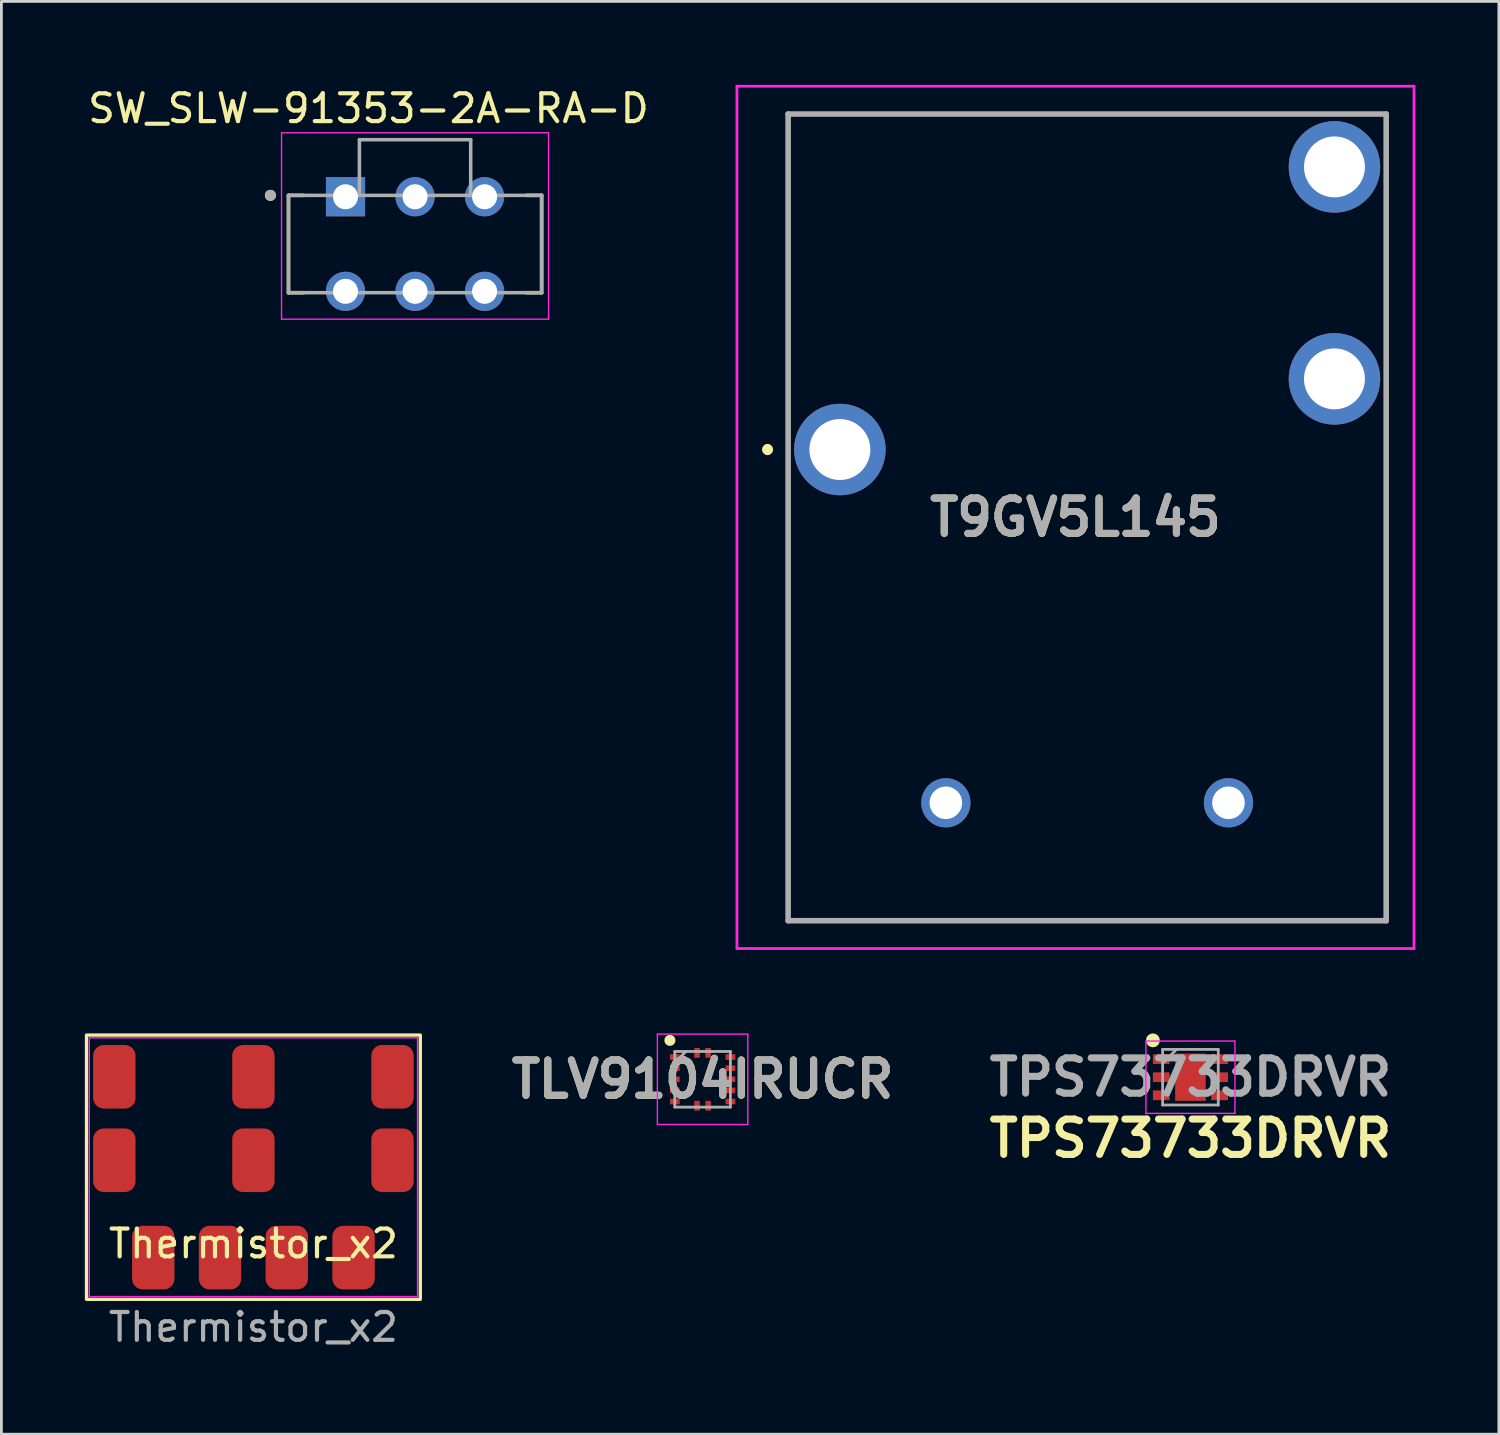
<source format=kicad_pcb>
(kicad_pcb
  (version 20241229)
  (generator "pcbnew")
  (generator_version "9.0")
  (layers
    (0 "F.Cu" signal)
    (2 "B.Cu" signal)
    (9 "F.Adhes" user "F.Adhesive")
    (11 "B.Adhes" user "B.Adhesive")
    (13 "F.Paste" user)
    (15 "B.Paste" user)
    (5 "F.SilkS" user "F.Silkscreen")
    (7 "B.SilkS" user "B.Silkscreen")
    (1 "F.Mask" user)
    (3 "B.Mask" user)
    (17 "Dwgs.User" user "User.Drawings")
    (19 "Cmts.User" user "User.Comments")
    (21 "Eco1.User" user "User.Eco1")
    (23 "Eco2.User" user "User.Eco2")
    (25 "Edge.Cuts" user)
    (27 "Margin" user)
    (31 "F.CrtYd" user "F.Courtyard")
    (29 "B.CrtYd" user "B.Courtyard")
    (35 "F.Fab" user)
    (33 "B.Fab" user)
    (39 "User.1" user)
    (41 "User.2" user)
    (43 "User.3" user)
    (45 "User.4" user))
  (footprint "TLV9104IRUCR"
    (layer "F.Cu")
    (at 22.208 35.75)
    (property "Reference" "TLV9104IRUCR" (at 0 0 0) (layer "F.SilkS") (effects (font (size 1.27 1.27) (thickness 0.254))))
    (attr smd)
    (fp_circle (center -1.175 -1.4) (end -1.175 -1.3) (stroke (width 0.2) (type solid)) (fill no) (layer "F.SilkS"))
    (fp_line (start -1.625 -1.625) (end 1.625 -1.625) (stroke (width 0.05) (type solid)) (layer "F.CrtYd"))
    (fp_line (start -1.625 1.625) (end -1.625 -1.625) (stroke (width 0.05) (type solid)) (layer "F.CrtYd"))
    (fp_line (start 1.625 -1.625) (end 1.625 1.625) (stroke (width 0.05) (type solid)) (layer "F.CrtYd"))
    (fp_line (start 1.625 1.625) (end -1.625 1.625) (stroke (width 0.05) (type solid)) (layer "F.CrtYd"))
    (fp_line (start -1 -1) (end 1 -1) (stroke (width 0.1) (type solid)) (layer "F.Fab"))
    (fp_line (start -1 -0.6) (end -0.6 -1) (stroke (width 0.1) (type solid)) (layer "F.Fab"))
    (fp_line (start -1 1) (end -1 -1) (stroke (width 0.1) (type solid)) (layer "F.Fab"))
    (fp_line (start 1 -1) (end 1 1) (stroke (width 0.1) (type solid)) (layer "F.Fab"))
    (fp_line (start 1 1) (end -1 1) (stroke (width 0.1) (type solid)) (layer "F.Fab"))
    (fp_text user "${REFERENCE}" (at 0 0 0) (layer "F.Fab") (effects (font (size 1.27 1.27) (thickness 0.254))))
    (pad "1" smd rect (at -1 -0.8 90) (size 0.2 0.35) (layers "F.Cu" "F.Mask" "F.Paste"))
    (pad "2" smd rect (at -1 -0.4 90) (size 0.2 0.35) (layers "F.Cu" "F.Mask" "F.Paste"))
    (pad "3" smd rect (at -1 0 90) (size 0.2 0.35) (layers "F.Cu" "F.Mask" "F.Paste"))
    (pad "4" smd rect (at -1 0.4 90) (size 0.2 0.35) (layers "F.Cu" "F.Mask" "F.Paste"))
    (pad "5" smd rect (at -1 0.8 90) (size 0.2 0.35) (layers "F.Cu" "F.Mask" "F.Paste"))
    (pad "6" smd rect (at -0.2 0.95) (size 0.2 0.35) (layers "F.Cu" "F.Mask" "F.Paste"))
    (pad "7" smd rect (at 0.2 0.95) (size 0.2 0.35) (layers "F.Cu" "F.Mask" "F.Paste"))
    (pad "8" smd rect (at 1 0.8 90) (size 0.2 0.35) (layers "F.Cu" "F.Mask" "F.Paste"))
    (pad "9" smd rect (at 1 0.4 90) (size 0.2 0.35) (layers "F.Cu" "F.Mask" "F.Paste"))
    (pad "10" smd rect (at 1 0 90) (size 0.2 0.35) (layers "F.Cu" "F.Mask" "F.Paste"))
    (pad "11" smd rect (at 1 -0.4 90) (size 0.2 0.35) (layers "F.Cu" "F.Mask" "F.Paste"))
    (pad "12" smd rect (at 1 -0.8 90) (size 0.2 0.35) (layers "F.Cu" "F.Mask" "F.Paste"))
    (pad "13" smd rect (at 0.2 -0.95) (size 0.2 0.35) (layers "F.Cu" "F.Mask" "F.Paste"))
    (pad "14" smd rect (at -0.2 -0.95) (size 0.2 0.35) (layers "F.Cu" "F.Mask" "F.Paste")))
  (footprint "TPS73733DRVR"
    (layer "F.Cu")
    (at 39.746 35.675)
    (property "Reference" "TPS73733DRVR" (at 0 2.2 0) (layer "F.SilkS") (effects (font (size 1.27 1.27) (thickness 0.254))))
    (attr smd)
    (fp_circle (center -1.35 -1.325) (end -1.35 -1.2) (stroke (width 0.25) (type solid)) (fill no) (layer "F.SilkS"))
    (fp_line (start -1.6 -1.3) (end 1.6 -1.3) (stroke (width 0.05) (type solid)) (layer "F.CrtYd"))
    (fp_line (start -1.6 1.3) (end -1.6 -1.3) (stroke (width 0.05) (type solid)) (layer "F.CrtYd"))
    (fp_line (start 1.6 -1.3) (end 1.6 1.3) (stroke (width 0.05) (type solid)) (layer "F.CrtYd"))
    (fp_line (start 1.6 1.3) (end -1.6 1.3) (stroke (width 0.05) (type solid)) (layer "F.CrtYd"))
    (fp_line (start -1 -1) (end 1 -1) (stroke (width 0.1) (type solid)) (layer "F.Fab"))
    (fp_line (start -1 -0.5) (end -0.5 -1) (stroke (width 0.1) (type solid)) (layer "F.Fab"))
    (fp_line (start -1 1) (end -1 -1) (stroke (width 0.1) (type solid)) (layer "F.Fab"))
    (fp_line (start 1 -1) (end 1 1) (stroke (width 0.1) (type solid)) (layer "F.Fab"))
    (fp_line (start 1 1) (end -1 1) (stroke (width 0.1) (type solid)) (layer "F.Fab"))
    (fp_text user "${REFERENCE}" (at 0 0 0) (layer "F.Fab") (effects (font (size 1.27 1.27) (thickness 0.254))))
    (pad "1" smd rect (at -1.05 -0.65 90) (size 0.35 0.6) (layers "F.Cu" "F.Mask" "F.Paste"))
    (pad "2" smd rect (at -1.05 0 90) (size 0.35 0.6) (layers "F.Cu" "F.Mask" "F.Paste"))
    (pad "3" smd rect (at -1.05 0.65 90) (size 0.35 0.6) (layers "F.Cu" "F.Mask" "F.Paste"))
    (pad "4" smd rect (at 1.05 0.65 90) (size 0.35 0.6) (layers "F.Cu" "F.Mask" "F.Paste"))
    (pad "5" smd rect (at 1.05 0 90) (size 0.35 0.6) (layers "F.Cu" "F.Mask" "F.Paste"))
    (pad "6" smd rect (at 1.05 -0.65 90) (size 0.35 0.6) (layers "F.Cu" "F.Mask" "F.Paste"))
    (pad "7" smd rect (at 0 0) (size 1.1 1.7) (layers "F.Cu" "F.Mask" "F.Paste")))
  (footprint "SW_SLW-91353-2A-RA-D"
    (layer "F.Cu")
    (at 11.871 5.723)
    (property "Reference" "SW_SLW-91353-2A-RA-D" (at -1.675 -4.875 0) (layer "F.SilkS") (effects (font (size 1 1) (thickness 0.15))))
    (attr through_hole)
    (fp_line (start -4.55 -1.75) (end -4.55 1.75) (stroke (width 0.127) (type solid)) (layer "F.SilkS"))
    (fp_line (start -4.55 1.75) (end -4 1.75) (stroke (width 0.127) (type solid)) (layer "F.SilkS"))
    (fp_line (start -4 -1.75) (end -4.55 -1.75) (stroke (width 0.127) (type solid)) (layer "F.SilkS"))
    (fp_line (start 4 -1.75) (end 4.55 -1.75) (stroke (width 0.127) (type solid)) (layer "F.SilkS"))
    (fp_line (start 4.55 -1.75) (end 4.55 1.75) (stroke (width 0.127) (type solid)) (layer "F.SilkS"))
    (fp_line (start 4.55 1.75) (end 4 1.75) (stroke (width 0.127) (type solid)) (layer "F.SilkS"))
    (fp_circle (center -5.2 -1.75) (end -5.1 -1.75) (stroke (width 0.2) (type solid)) (fill no) (layer "F.SilkS"))
    (fp_line (start -4.8 -4) (end -4.8 2.7) (stroke (width 0.05) (type solid)) (layer "F.CrtYd"))
    (fp_line (start -4.8 2.7) (end 4.8 2.7) (stroke (width 0.05) (type solid)) (layer "F.CrtYd"))
    (fp_line (start 4.8 -4) (end -4.8 -4) (stroke (width 0.05) (type solid)) (layer "F.CrtYd"))
    (fp_line (start 4.8 2.7) (end 4.8 -4) (stroke (width 0.05) (type solid)) (layer "F.CrtYd"))
    (fp_line (start -4.55 -1.75) (end -4.55 1.75) (stroke (width 0.127) (type solid)) (layer "F.Fab"))
    (fp_line (start -4.55 1.75) (end 4.55 1.75) (stroke (width 0.127) (type solid)) (layer "F.Fab"))
    (fp_line (start -2 -3.75) (end -2 -1.75) (stroke (width 0.127) (type solid)) (layer "F.Fab"))
    (fp_line (start -2 -1.75) (end -4.55 -1.75) (stroke (width 0.127) (type solid)) (layer "F.Fab"))
    (fp_line (start 2 -3.75) (end -2 -3.75) (stroke (width 0.127) (type solid)) (layer "F.Fab"))
    (fp_line (start 2 -1.75) (end -2 -1.75) (stroke (width 0.127) (type solid)) (layer "F.Fab"))
    (fp_line (start 2 -1.75) (end 2 -3.75) (stroke (width 0.127) (type solid)) (layer "F.Fab"))
    (fp_line (start 4.55 -1.75) (end 2 -1.75) (stroke (width 0.127) (type solid)) (layer "F.Fab"))
    (fp_line (start 4.55 1.75) (end 4.55 -1.75) (stroke (width 0.127) (type solid)) (layer "F.Fab"))
    (fp_circle (center -5.2 -1.75) (end -5.1 -1.75) (stroke (width 0.2) (type solid)) (fill no) (layer "F.Fab"))
    (pad "1" thru_hole rect (at -2.5 -1.7) (size 1.408 1.408) (drill 0.9) (layers "*.Cu" "*.Mask"))
    (pad "2" thru_hole circle (at 0 -1.7) (size 1.408 1.408) (drill 0.9) (layers "*.Cu" "*.Mask"))
    (pad "3" thru_hole circle (at 2.5 -1.7) (size 1.408 1.408) (drill 0.9) (layers "*.Cu" "*.Mask"))
    (pad "4" thru_hole circle (at -2.5 1.7) (size 1.408 1.408) (drill 0.9) (layers "*.Cu" "*.Mask"))
    (pad "5" thru_hole circle (at 0 1.7) (size 1.408 1.408) (drill 0.9) (layers "*.Cu" "*.Mask"))
    (pad "6" thru_hole circle (at 2.5 1.7) (size 1.408 1.408) (drill 0.9) (layers "*.Cu" "*.Mask")))
  (footprint "Thermistor_x2"
    (layer "F.Cu")
    (at 6.06 42.16)
    (property "Reference" "Thermistor_x2" (at 0 -0.5 0) (unlocked yes) (layer "F.SilkS") (effects (font (size 1 1) (thickness 0.15))))
    (attr smd)
    (fp_rect (start -6 -8) (end 6 1.5) (stroke (width 0.12) (type default)) (fill no) (layer "F.SilkS"))
    (fp_rect (start -6 -8) (end 6 1.5) (stroke (width 0.12) (type default)) (fill no) (layer "Margin"))
    (fp_rect (start -5.9 -7.9) (end 5.9 1.4) (stroke (width 0.05) (type default)) (fill no) (layer "F.CrtYd"))
    (fp_text user "${REFERENCE}" (at 0 2.5 0) (unlocked yes) (layer "F.Fab") (effects (font (size 1 1) (thickness 0.15))))
    (pad "" smd roundrect (at -5 -6.5 90) (size 2.286 1.524) (layers "F.Cu" "F.Mask" "F.Paste") (roundrect_rratio 0.25))
    (pad "" smd roundrect (at -5 -3.5 90) (size 2.286 1.524) (layers "F.Cu" "F.Mask" "F.Paste") (roundrect_rratio 0.25))
    (pad "" smd roundrect (at 0 -6.5 90) (size 2.286 1.524) (layers "F.Cu" "F.Mask" "F.Paste") (roundrect_rratio 0.25))
    (pad "" smd roundrect (at 0 -3.5 90) (size 2.286 1.524) (layers "F.Cu" "F.Mask" "F.Paste") (roundrect_rratio 0.25))
    (pad "" smd roundrect (at 5 -6.5 90) (size 2.286 1.524) (layers "F.Cu" "F.Mask" "F.Paste") (roundrect_rratio 0.25))
    (pad "" smd roundrect (at 5 -3.5 90) (size 2.286 1.524) (layers "F.Cu" "F.Mask" "F.Paste") (roundrect_rratio 0.25))
    (pad "1" smd roundrect (at -3.6 0 90) (size 2.286 1.524) (layers "F.Cu" "F.Mask" "F.Paste") (roundrect_rratio 0.25))
    (pad "2" smd roundrect (at -1.2 0 90) (size 2.286 1.524) (layers "F.Cu" "F.Mask" "F.Paste") (roundrect_rratio 0.25))
    (pad "3" smd roundrect (at 1.2 0 90) (size 2.286 1.524) (layers "F.Cu" "F.Mask" "F.Paste") (roundrect_rratio 0.25))
    (pad "4" smd roundrect (at 3.6 0 90) (size 2.286 1.524) (layers "F.Cu" "F.Mask" "F.Paste") (roundrect_rratio 0.25)))
  (footprint "T9GV5L145"
    (layer "F.Cu")
    (at 27.143 13.05)
    (property "Reference" "T9GV5L145" (at 8.47 2.5 0) (layer "F.SilkS") (effects (font (size 1.27 1.27) (thickness 0.254))))
    (attr through_hole)
    (fp_line (start -2.6 -0.04) (end -2.6 -0.04) (stroke (width 0.2) (type solid)) (layer "F.SilkS"))
    (fp_line (start -2.6 0.16) (end -2.6 0.16) (stroke (width 0.2) (type solid)) (layer "F.SilkS"))
    (fp_line (start -1.86 -12) (end 16.51 -12) (stroke (width 0.1) (type solid)) (layer "F.SilkS"))
    (fp_line (start -1.86 -1.84) (end -1.86 -12) (stroke (width 0.1) (type solid)) (layer "F.SilkS"))
    (fp_line (start -1.86 1.96) (end -1.86 17) (stroke (width 0.1) (type solid)) (layer "F.SilkS"))
    (fp_line (start -1.86 17) (end 19.64 17) (stroke (width 0.1) (type solid)) (layer "F.SilkS"))
    (fp_line (start 19.64 17) (end 19.64 0.06) (stroke (width 0.1) (type solid)) (layer "F.SilkS"))
    (fp_arc (start -2.6 -0.04) (mid -2.5 0.06) (end -2.6 0.16) (stroke (width 0.2) (type solid)) (layer "F.SilkS"))
    (fp_arc (start -2.6 0.16) (mid -2.7 0.06) (end -2.6 -0.04) (stroke (width 0.2) (type solid)) (layer "F.SilkS"))
    (fp_line (start -3.7 -13) (end 20.64 -13) (stroke (width 0.1) (type solid)) (layer "F.CrtYd"))
    (fp_line (start -3.7 18) (end -3.7 -13) (stroke (width 0.1) (type solid)) (layer "F.CrtYd"))
    (fp_line (start 20.64 -13) (end 20.64 18) (stroke (width 0.1) (type solid)) (layer "F.CrtYd"))
    (fp_line (start 20.64 18) (end -3.7 18) (stroke (width 0.1) (type solid)) (layer "F.CrtYd"))
    (fp_line (start -1.86 -12) (end 19.64 -12) (stroke (width 0.2) (type solid)) (layer "F.Fab"))
    (fp_line (start -1.86 17) (end -1.86 -12) (stroke (width 0.2) (type solid)) (layer "F.Fab"))
    (fp_line (start 19.64 -12) (end 19.64 17) (stroke (width 0.2) (type solid)) (layer "F.Fab"))
    (fp_line (start 19.64 17) (end -1.86 17) (stroke (width 0.2) (type solid)) (layer "F.Fab"))
    (fp_text user "${REFERENCE}" (at 8.47 2.5 0) (layer "F.Fab") (effects (font (size 1.27 1.27) (thickness 0.254))))
    (pad "1" thru_hole circle (at 0 0.06) (size 3.29 3.29) (drill 2.19) (layers "*.Cu" "*.Mask"))
    (pad "2" thru_hole circle (at 3.81 12.76) (size 1.77 1.77) (drill 1.17) (layers "*.Cu" "*.Mask"))
    (pad "3" thru_hole circle (at 13.97 12.76) (size 1.77 1.77) (drill 1.17) (layers "*.Cu" "*.Mask"))
    (pad "4" thru_hole circle (at 17.78 -2.48) (size 3.29 3.29) (drill 2.19) (layers "*.Cu" "*.Mask"))
    (pad "5" thru_hole circle (at 17.78 -10.1) (size 3.29 3.29) (drill 2.19) (layers "*.Cu" "*.Mask")))
  (gr_rect
    (start -3 -3)
    (end 50.833 48.508)
    (stroke (width 0.1) (type default))
    (fill no)
    (layer "Edge.Cuts")))
</source>
